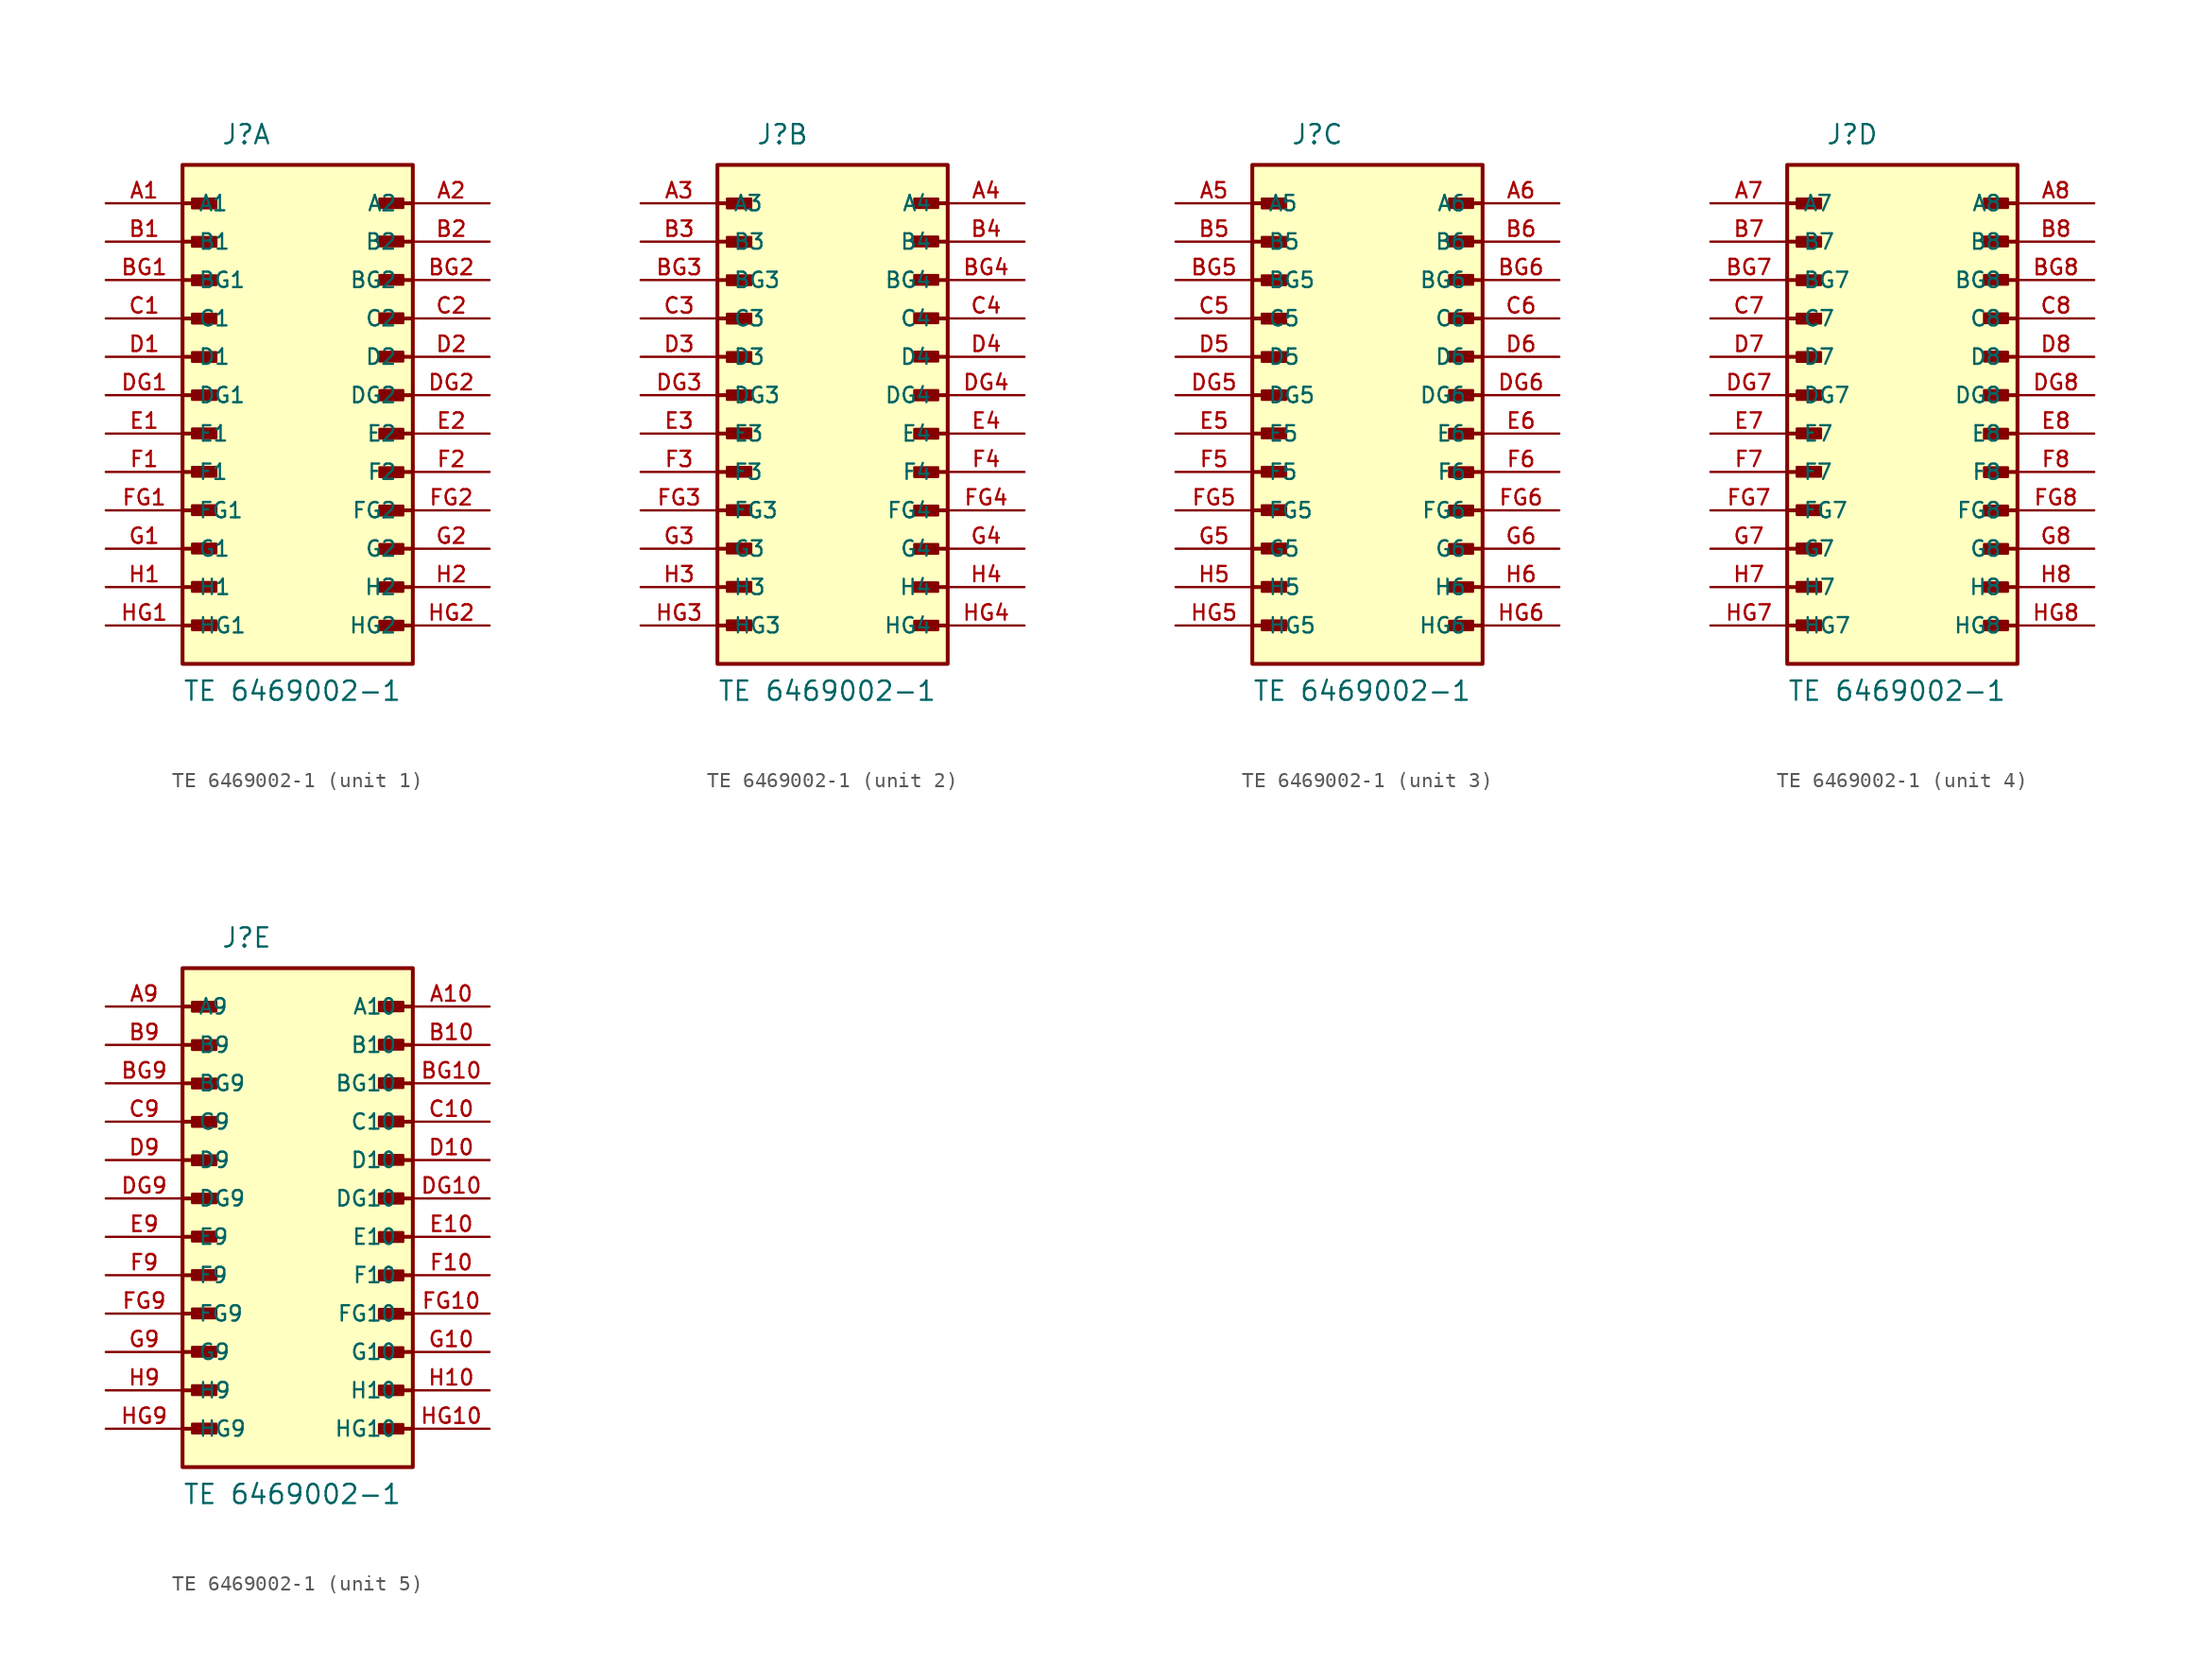
<source format=kicad_sym>
(kicad_symbol_lib
  (version 20211014)
  (generator kicad_symbol_editor)
  (symbol "TE 6469002-1"
    (pin_names
      (offset 1.016))
    (property "Reference" "J"
      (at -5.08 16.51 0)
      (effects (font (size 1.27 1.27)) (justify left bottom)))
    (property "Value" "TE 6469002-1"
      (at -7.62 -20.32 0)
      (effects (font (size 1.27 1.27)) (justify left bottom)))
    (property "ki_locked" ""
      (at 0 0 0)
      (effects (font (size 1.27 1.27))))
    (symbol "TE 6469002-1_1_0"
      (rectangle (start -7.62 -17.78) (end 7.62 15.24) (stroke (width 0.254) (type default) (color 0 0 0 0)) (fill (type background)))
      (rectangle (start -6.985 -15.545) (end -5.385 -14.91) (stroke (width 0) (type default) (color 0 0 0 0)) (fill (type outline)))
      (rectangle (start -6.985 -13.005) (end -5.385 -12.37) (stroke (width 0) (type default) (color 0 0 0 0)) (fill (type outline)))
      (rectangle (start -6.985 -10.465) (end -5.385 -9.83) (stroke (width 0) (type default) (color 0 0 0 0)) (fill (type outline)))
      (rectangle (start -6.985 -7.925) (end -5.385 -7.29) (stroke (width 0) (type default) (color 0 0 0 0)) (fill (type outline)))
      (rectangle (start -6.985 -5.385) (end -5.385 -4.75) (stroke (width 0) (type default) (color 0 0 0 0)) (fill (type outline)))
      (rectangle (start -6.985 -2.845) (end -5.385 -2.21) (stroke (width 0) (type default) (color 0 0 0 0)) (fill (type outline)))
      (rectangle (start -6.985 -0.305) (end -5.385 0.305) (stroke (width 0) (type default) (color 0 0 0 0)) (fill (type outline)))
      (rectangle (start -6.985 2.21) (end -5.385 2.845) (stroke (width 0) (type default) (color 0 0 0 0)) (fill (type outline)))
      (rectangle (start -6.985 4.75) (end -5.385 5.385) (stroke (width 0) (type default) (color 0 0 0 0)) (fill (type outline)))
      (rectangle (start -6.985 7.29) (end -5.385 7.925) (stroke (width 0) (type default) (color 0 0 0 0)) (fill (type outline)))
      (rectangle (start -6.985 9.83) (end -5.385 10.465) (stroke (width 0) (type default) (color 0 0 0 0)) (fill (type outline)))
      (rectangle (start -6.985 12.37) (end -5.385 13.005) (stroke (width 0) (type default) (color 0 0 0 0)) (fill (type outline)))
      (polyline (pts (xy -7.62 -15.24) (xy -5.715 -15.24)) (stroke (width 0.254) (type default) (color 0 0 0 0)) (fill (type none)))
      (polyline (pts (xy -7.62 -12.7) (xy -5.715 -12.7)) (stroke (width 0.254) (type default) (color 0 0 0 0)) (fill (type none)))
      (polyline (pts (xy -7.62 -10.16) (xy -5.715 -10.16)) (stroke (width 0.254) (type default) (color 0 0 0 0)) (fill (type none)))
      (polyline (pts (xy -7.62 -7.62) (xy -5.715 -7.62)) (stroke (width 0.254) (type default) (color 0 0 0 0)) (fill (type none)))
      (polyline (pts (xy -7.62 -5.08) (xy -5.715 -5.08)) (stroke (width 0.254) (type default) (color 0 0 0 0)) (fill (type none)))
      (polyline (pts (xy -7.62 -2.54) (xy -5.715 -2.54)) (stroke (width 0.254) (type default) (color 0 0 0 0)) (fill (type none)))
      (polyline (pts (xy -7.62 0) (xy -5.715 0)) (stroke (width 0.254) (type default) (color 0 0 0 0)) (fill (type none)))
      (polyline (pts (xy -7.62 2.54) (xy -5.715 2.54)) (stroke (width 0.254) (type default) (color 0 0 0 0)) (fill (type none)))
      (polyline (pts (xy -7.62 5.08) (xy -5.715 5.08)) (stroke (width 0.254) (type default) (color 0 0 0 0)) (fill (type none)))
      (polyline (pts (xy -7.62 7.62) (xy -5.715 7.62)) (stroke (width 0.254) (type default) (color 0 0 0 0)) (fill (type none)))
      (polyline (pts (xy -7.62 10.16) (xy -5.715 10.16)) (stroke (width 0.254) (type default) (color 0 0 0 0)) (fill (type none)))
      (polyline (pts (xy -7.62 12.7) (xy -5.715 12.7)) (stroke (width 0.254) (type default) (color 0 0 0 0)) (fill (type none)))
      (polyline (pts (xy 7.62 -15.24) (xy 5.715 -15.24)) (stroke (width 0.254) (type default) (color 0 0 0 0)) (fill (type none)))
      (polyline (pts (xy 7.62 -12.7) (xy 5.715 -12.7)) (stroke (width 0.254) (type default) (color 0 0 0 0)) (fill (type none)))
      (polyline (pts (xy 7.62 -10.16) (xy 5.715 -10.16)) (stroke (width 0.254) (type default) (color 0 0 0 0)) (fill (type none)))
      (polyline (pts (xy 7.62 -7.62) (xy 5.715 -7.62)) (stroke (width 0.254) (type default) (color 0 0 0 0)) (fill (type none)))
      (polyline (pts (xy 7.62 -5.08) (xy 5.715 -5.08)) (stroke (width 0.254) (type default) (color 0 0 0 0)) (fill (type none)))
      (polyline (pts (xy 7.62 -2.54) (xy 5.715 -2.54)) (stroke (width 0.254) (type default) (color 0 0 0 0)) (fill (type none)))
      (polyline (pts (xy 7.62 0) (xy 5.715 0)) (stroke (width 0.254) (type default) (color 0 0 0 0)) (fill (type none)))
      (polyline (pts (xy 7.62 2.54) (xy 5.715 2.54)) (stroke (width 0.254) (type default) (color 0 0 0 0)) (fill (type none)))
      (polyline (pts (xy 7.62 5.08) (xy 5.715 5.08)) (stroke (width 0.254) (type default) (color 0 0 0 0)) (fill (type none)))
      (polyline (pts (xy 7.62 7.62) (xy 5.715 7.62)) (stroke (width 0.254) (type default) (color 0 0 0 0)) (fill (type none)))
      (polyline (pts (xy 7.62 10.16) (xy 5.715 10.16)) (stroke (width 0.254) (type default) (color 0 0 0 0)) (fill (type none)))
      (polyline (pts (xy 7.62 12.7) (xy 5.715 12.7)) (stroke (width 0.254) (type default) (color 0 0 0 0)) (fill (type none)))
      (polyline (pts (xy 5.41 -14.935) (xy 6.985 -14.935) (xy 6.985 -15.545) (xy 5.41 -15.545) (xy 5.41 -14.935)) (stroke (width 0) (type default) (color 0 0 0 0)) (fill (type outline)))
      (polyline (pts (xy 5.41 -12.395) (xy 6.985 -12.395) (xy 6.985 -13.005) (xy 5.41 -13.005) (xy 5.41 -12.395)) (stroke (width 0) (type default) (color 0 0 0 0)) (fill (type outline)))
      (polyline (pts (xy 5.41 -9.855) (xy 6.985 -9.855) (xy 6.985 -10.49) (xy 5.41 -10.49) (xy 5.41 -9.855)) (stroke (width 0) (type default) (color 0 0 0 0)) (fill (type outline)))
      (polyline (pts (xy 5.41 -7.315) (xy 6.985 -7.315) (xy 6.985 -7.95) (xy 5.41 -7.95) (xy 5.41 -7.315)) (stroke (width 0) (type default) (color 0 0 0 0)) (fill (type outline)))
      (polyline (pts (xy 5.41 -4.775) (xy 6.985 -4.775) (xy 6.985 -5.41) (xy 5.41 -5.41) (xy 5.41 -4.775)) (stroke (width 0) (type default) (color 0 0 0 0)) (fill (type outline)))
      (polyline (pts (xy 5.41 -2.235) (xy 6.985 -2.235) (xy 6.985 -2.87) (xy 5.41 -2.87) (xy 5.41 -2.235)) (stroke (width 0) (type default) (color 0 0 0 0)) (fill (type outline)))
      (polyline (pts (xy 5.41 0.33) (xy 6.985 0.33) (xy 6.985 -0.33) (xy 5.41 -0.33) (xy 5.41 0.33)) (stroke (width 0) (type default) (color 0 0 0 0)) (fill (type outline)))
      (polyline (pts (xy 5.41 2.87) (xy 6.985 2.87) (xy 6.985 2.235) (xy 5.41 2.235) (xy 5.41 2.87)) (stroke (width 0) (type default) (color 0 0 0 0)) (fill (type outline)))
      (polyline (pts (xy 5.41 5.41) (xy 6.985 5.41) (xy 6.985 4.775) (xy 5.41 4.775) (xy 5.41 5.41)) (stroke (width 0) (type default) (color 0 0 0 0)) (fill (type outline)))
      (polyline (pts (xy 5.41 7.95) (xy 6.985 7.95) (xy 6.985 7.315) (xy 5.41 7.315) (xy 5.41 7.95)) (stroke (width 0) (type default) (color 0 0 0 0)) (fill (type outline)))
      (polyline (pts (xy 5.41 10.49) (xy 6.985 10.49) (xy 6.985 9.855) (xy 5.41 9.855) (xy 5.41 10.49)) (stroke (width 0) (type default) (color 0 0 0 0)) (fill (type outline)))
      (polyline (pts (xy 5.41 13.005) (xy 6.985 13.005) (xy 6.985 12.395) (xy 5.41 12.395) (xy 5.41 13.005)) (stroke (width 0) (type default) (color 0 0 0 0)) (fill (type outline)))
      (pin passive line (at -12.7 12.7 0) (length 5.08) (name "A1" (effects (font (size 1.016 1.016)))) (number "A1" (effects (font (size 1.016 1.016)))))
      (pin passive line (at 12.7 12.7 180) (length 5.08) (name "A2" (effects (font (size 1.016 1.016)))) (number "A2" (effects (font (size 1.016 1.016)))))
      (pin passive line (at -12.7 10.16 0) (length 5.08) (name "B1" (effects (font (size 1.016 1.016)))) (number "B1" (effects (font (size 1.016 1.016)))))
      (pin passive line (at 12.7 10.16 180) (length 5.08) (name "B2" (effects (font (size 1.016 1.016)))) (number "B2" (effects (font (size 1.016 1.016)))))
      (pin passive line (at -12.7 7.62 0) (length 5.08) (name "BG1" (effects (font (size 1.016 1.016)))) (number "BG1" (effects (font (size 1.016 1.016)))))
      (pin passive line (at 12.7 7.62 180) (length 5.08) (name "BG2" (effects (font (size 1.016 1.016)))) (number "BG2" (effects (font (size 1.016 1.016)))))
      (pin passive line (at -12.7 5.08 0) (length 5.08) (name "C1" (effects (font (size 1.016 1.016)))) (number "C1" (effects (font (size 1.016 1.016)))))
      (pin passive line (at 12.7 5.08 180) (length 5.08) (name "C2" (effects (font (size 1.016 1.016)))) (number "C2" (effects (font (size 1.016 1.016)))))
      (pin passive line (at -12.7 2.54 0) (length 5.08) (name "D1" (effects (font (size 1.016 1.016)))) (number "D1" (effects (font (size 1.016 1.016)))))
      (pin passive line (at 12.7 2.54 180) (length 5.08) (name "D2" (effects (font (size 1.016 1.016)))) (number "D2" (effects (font (size 1.016 1.016)))))
      (pin passive line (at -12.7 0 0) (length 5.08) (name "DG1" (effects (font (size 1.016 1.016)))) (number "DG1" (effects (font (size 1.016 1.016)))))
      (pin passive line (at 12.7 0 180) (length 5.08) (name "DG2" (effects (font (size 1.016 1.016)))) (number "DG2" (effects (font (size 1.016 1.016)))))
      (pin passive line (at -12.7 -2.54 0) (length 5.08) (name "E1" (effects (font (size 1.016 1.016)))) (number "E1" (effects (font (size 1.016 1.016)))))
      (pin passive line (at 12.7 -2.54 180) (length 5.08) (name "E2" (effects (font (size 1.016 1.016)))) (number "E2" (effects (font (size 1.016 1.016)))))
      (pin passive line (at -12.7 -5.08 0) (length 5.08) (name "F1" (effects (font (size 1.016 1.016)))) (number "F1" (effects (font (size 1.016 1.016)))))
      (pin passive line (at 12.7 -5.08 180) (length 5.08) (name "F2" (effects (font (size 1.016 1.016)))) (number "F2" (effects (font (size 1.016 1.016)))))
      (pin passive line (at -12.7 -7.62 0) (length 5.08) (name "FG1" (effects (font (size 1.016 1.016)))) (number "FG1" (effects (font (size 1.016 1.016)))))
      (pin passive line (at 12.7 -7.62 180) (length 5.08) (name "FG2" (effects (font (size 1.016 1.016)))) (number "FG2" (effects (font (size 1.016 1.016)))))
      (pin passive line (at -12.7 -10.16 0) (length 5.08) (name "G1" (effects (font (size 1.016 1.016)))) (number "G1" (effects (font (size 1.016 1.016)))))
      (pin passive line (at 12.7 -10.16 180) (length 5.08) (name "G2" (effects (font (size 1.016 1.016)))) (number "G2" (effects (font (size 1.016 1.016)))))
      (pin passive line (at -12.7 -12.7 0) (length 5.08) (name "H1" (effects (font (size 1.016 1.016)))) (number "H1" (effects (font (size 1.016 1.016)))))
      (pin passive line (at 12.7 -12.7 180) (length 5.08) (name "H2" (effects (font (size 1.016 1.016)))) (number "H2" (effects (font (size 1.016 1.016)))))
      (pin passive line (at -12.7 -15.24 0) (length 5.08) (name "HG1" (effects (font (size 1.016 1.016)))) (number "HG1" (effects (font (size 1.016 1.016)))))
      (pin passive line (at 12.7 -15.24 180) (length 5.08) (name "HG2" (effects (font (size 1.016 1.016)))) (number "HG2" (effects (font (size 1.016 1.016))))))
    (symbol "TE 6469002-1_2_0"
      (rectangle (start -7.62 -17.78) (end 7.62 15.24) (stroke (width 0.254) (type default) (color 0 0 0 0)) (fill (type background)))
      (rectangle (start -6.985 -15.545) (end -5.385 -14.91) (stroke (width 0) (type default) (color 0 0 0 0)) (fill (type outline)))
      (rectangle (start -6.985 -13.005) (end -5.385 -12.37) (stroke (width 0) (type default) (color 0 0 0 0)) (fill (type outline)))
      (rectangle (start -6.985 -10.465) (end -5.385 -9.83) (stroke (width 0) (type default) (color 0 0 0 0)) (fill (type outline)))
      (rectangle (start -6.985 -7.925) (end -5.385 -7.29) (stroke (width 0) (type default) (color 0 0 0 0)) (fill (type outline)))
      (rectangle (start -6.985 -5.385) (end -5.385 -4.75) (stroke (width 0) (type default) (color 0 0 0 0)) (fill (type outline)))
      (rectangle (start -6.985 -2.845) (end -5.385 -2.21) (stroke (width 0) (type default) (color 0 0 0 0)) (fill (type outline)))
      (rectangle (start -6.985 -0.305) (end -5.385 0.305) (stroke (width 0) (type default) (color 0 0 0 0)) (fill (type outline)))
      (rectangle (start -6.985 2.21) (end -5.385 2.845) (stroke (width 0) (type default) (color 0 0 0 0)) (fill (type outline)))
      (rectangle (start -6.985 4.75) (end -5.385 5.385) (stroke (width 0) (type default) (color 0 0 0 0)) (fill (type outline)))
      (rectangle (start -6.985 7.29) (end -5.385 7.925) (stroke (width 0) (type default) (color 0 0 0 0)) (fill (type outline)))
      (rectangle (start -6.985 9.83) (end -5.385 10.465) (stroke (width 0) (type default) (color 0 0 0 0)) (fill (type outline)))
      (rectangle (start -6.985 12.37) (end -5.385 13.005) (stroke (width 0) (type default) (color 0 0 0 0)) (fill (type outline)))
      (polyline (pts (xy -7.62 -15.24) (xy -5.715 -15.24)) (stroke (width 0.254) (type default) (color 0 0 0 0)) (fill (type none)))
      (polyline (pts (xy -7.62 -12.7) (xy -5.715 -12.7)) (stroke (width 0.254) (type default) (color 0 0 0 0)) (fill (type none)))
      (polyline (pts (xy -7.62 -10.16) (xy -5.715 -10.16)) (stroke (width 0.254) (type default) (color 0 0 0 0)) (fill (type none)))
      (polyline (pts (xy -7.62 -7.62) (xy -5.715 -7.62)) (stroke (width 0.254) (type default) (color 0 0 0 0)) (fill (type none)))
      (polyline (pts (xy -7.62 -5.08) (xy -5.715 -5.08)) (stroke (width 0.254) (type default) (color 0 0 0 0)) (fill (type none)))
      (polyline (pts (xy -7.62 -2.54) (xy -5.715 -2.54)) (stroke (width 0.254) (type default) (color 0 0 0 0)) (fill (type none)))
      (polyline (pts (xy -7.62 0) (xy -5.715 0)) (stroke (width 0.254) (type default) (color 0 0 0 0)) (fill (type none)))
      (polyline (pts (xy -7.62 2.54) (xy -5.715 2.54)) (stroke (width 0.254) (type default) (color 0 0 0 0)) (fill (type none)))
      (polyline (pts (xy -7.62 5.08) (xy -5.715 5.08)) (stroke (width 0.254) (type default) (color 0 0 0 0)) (fill (type none)))
      (polyline (pts (xy -7.62 7.62) (xy -5.715 7.62)) (stroke (width 0.254) (type default) (color 0 0 0 0)) (fill (type none)))
      (polyline (pts (xy -7.62 10.16) (xy -5.715 10.16)) (stroke (width 0.254) (type default) (color 0 0 0 0)) (fill (type none)))
      (polyline (pts (xy -7.62 12.7) (xy -5.715 12.7)) (stroke (width 0.254) (type default) (color 0 0 0 0)) (fill (type none)))
      (polyline (pts (xy 7.62 -15.24) (xy 5.715 -15.24)) (stroke (width 0.254) (type default) (color 0 0 0 0)) (fill (type none)))
      (polyline (pts (xy 7.62 -12.7) (xy 5.715 -12.7)) (stroke (width 0.254) (type default) (color 0 0 0 0)) (fill (type none)))
      (polyline (pts (xy 7.62 -10.16) (xy 5.715 -10.16)) (stroke (width 0.254) (type default) (color 0 0 0 0)) (fill (type none)))
      (polyline (pts (xy 7.62 -7.62) (xy 5.715 -7.62)) (stroke (width 0.254) (type default) (color 0 0 0 0)) (fill (type none)))
      (polyline (pts (xy 7.62 -5.08) (xy 5.715 -5.08)) (stroke (width 0.254) (type default) (color 0 0 0 0)) (fill (type none)))
      (polyline (pts (xy 7.62 -2.54) (xy 5.715 -2.54)) (stroke (width 0.254) (type default) (color 0 0 0 0)) (fill (type none)))
      (polyline (pts (xy 7.62 0) (xy 5.715 0)) (stroke (width 0.254) (type default) (color 0 0 0 0)) (fill (type none)))
      (polyline (pts (xy 7.62 2.54) (xy 5.715 2.54)) (stroke (width 0.254) (type default) (color 0 0 0 0)) (fill (type none)))
      (polyline (pts (xy 7.62 5.08) (xy 5.715 5.08)) (stroke (width 0.254) (type default) (color 0 0 0 0)) (fill (type none)))
      (polyline (pts (xy 7.62 7.62) (xy 5.715 7.62)) (stroke (width 0.254) (type default) (color 0 0 0 0)) (fill (type none)))
      (polyline (pts (xy 7.62 10.16) (xy 5.715 10.16)) (stroke (width 0.254) (type default) (color 0 0 0 0)) (fill (type none)))
      (polyline (pts (xy 7.62 12.7) (xy 5.715 12.7)) (stroke (width 0.254) (type default) (color 0 0 0 0)) (fill (type none)))
      (polyline (pts (xy 5.41 -14.935) (xy 6.985 -14.935) (xy 6.985 -15.545) (xy 5.41 -15.545) (xy 5.41 -14.935)) (stroke (width 0) (type default) (color 0 0 0 0)) (fill (type outline)))
      (polyline (pts (xy 5.41 -12.395) (xy 6.985 -12.395) (xy 6.985 -13.005) (xy 5.41 -13.005) (xy 5.41 -12.395)) (stroke (width 0) (type default) (color 0 0 0 0)) (fill (type outline)))
      (polyline (pts (xy 5.41 -9.855) (xy 6.985 -9.855) (xy 6.985 -10.49) (xy 5.41 -10.49) (xy 5.41 -9.855)) (stroke (width 0) (type default) (color 0 0 0 0)) (fill (type outline)))
      (polyline (pts (xy 5.41 -7.315) (xy 6.985 -7.315) (xy 6.985 -7.95) (xy 5.41 -7.95) (xy 5.41 -7.315)) (stroke (width 0) (type default) (color 0 0 0 0)) (fill (type outline)))
      (polyline (pts (xy 5.41 -4.775) (xy 6.985 -4.775) (xy 6.985 -5.41) (xy 5.41 -5.41) (xy 5.41 -4.775)) (stroke (width 0) (type default) (color 0 0 0 0)) (fill (type outline)))
      (polyline (pts (xy 5.41 -2.235) (xy 6.985 -2.235) (xy 6.985 -2.87) (xy 5.41 -2.87) (xy 5.41 -2.235)) (stroke (width 0) (type default) (color 0 0 0 0)) (fill (type outline)))
      (polyline (pts (xy 5.41 0.33) (xy 6.985 0.33) (xy 6.985 -0.33) (xy 5.41 -0.33) (xy 5.41 0.33)) (stroke (width 0) (type default) (color 0 0 0 0)) (fill (type outline)))
      (polyline (pts (xy 5.41 2.87) (xy 6.985 2.87) (xy 6.985 2.235) (xy 5.41 2.235) (xy 5.41 2.87)) (stroke (width 0) (type default) (color 0 0 0 0)) (fill (type outline)))
      (polyline (pts (xy 5.41 5.41) (xy 6.985 5.41) (xy 6.985 4.775) (xy 5.41 4.775) (xy 5.41 5.41)) (stroke (width 0) (type default) (color 0 0 0 0)) (fill (type outline)))
      (polyline (pts (xy 5.41 7.95) (xy 6.985 7.95) (xy 6.985 7.315) (xy 5.41 7.315) (xy 5.41 7.95)) (stroke (width 0) (type default) (color 0 0 0 0)) (fill (type outline)))
      (polyline (pts (xy 5.41 10.49) (xy 6.985 10.49) (xy 6.985 9.855) (xy 5.41 9.855) (xy 5.41 10.49)) (stroke (width 0) (type default) (color 0 0 0 0)) (fill (type outline)))
      (polyline (pts (xy 5.41 13.005) (xy 6.985 13.005) (xy 6.985 12.395) (xy 5.41 12.395) (xy 5.41 13.005)) (stroke (width 0) (type default) (color 0 0 0 0)) (fill (type outline)))
      (pin passive line (at -12.7 12.7 0) (length 5.08) (name "A3" (effects (font (size 1.016 1.016)))) (number "A3" (effects (font (size 1.016 1.016)))))
      (pin passive line (at 12.7 12.7 180) (length 5.08) (name "A4" (effects (font (size 1.016 1.016)))) (number "A4" (effects (font (size 1.016 1.016)))))
      (pin passive line (at -12.7 10.16 0) (length 5.08) (name "B3" (effects (font (size 1.016 1.016)))) (number "B3" (effects (font (size 1.016 1.016)))))
      (pin passive line (at 12.7 10.16 180) (length 5.08) (name "B4" (effects (font (size 1.016 1.016)))) (number "B4" (effects (font (size 1.016 1.016)))))
      (pin passive line (at -12.7 7.62 0) (length 5.08) (name "BG3" (effects (font (size 1.016 1.016)))) (number "BG3" (effects (font (size 1.016 1.016)))))
      (pin passive line (at 12.7 7.62 180) (length 5.08) (name "BG4" (effects (font (size 1.016 1.016)))) (number "BG4" (effects (font (size 1.016 1.016)))))
      (pin passive line (at -12.7 5.08 0) (length 5.08) (name "C3" (effects (font (size 1.016 1.016)))) (number "C3" (effects (font (size 1.016 1.016)))))
      (pin passive line (at 12.7 5.08 180) (length 5.08) (name "C4" (effects (font (size 1.016 1.016)))) (number "C4" (effects (font (size 1.016 1.016)))))
      (pin passive line (at -12.7 2.54 0) (length 5.08) (name "D3" (effects (font (size 1.016 1.016)))) (number "D3" (effects (font (size 1.016 1.016)))))
      (pin passive line (at 12.7 2.54 180) (length 5.08) (name "D4" (effects (font (size 1.016 1.016)))) (number "D4" (effects (font (size 1.016 1.016)))))
      (pin passive line (at -12.7 0 0) (length 5.08) (name "DG3" (effects (font (size 1.016 1.016)))) (number "DG3" (effects (font (size 1.016 1.016)))))
      (pin passive line (at 12.7 0 180) (length 5.08) (name "DG4" (effects (font (size 1.016 1.016)))) (number "DG4" (effects (font (size 1.016 1.016)))))
      (pin passive line (at -12.7 -2.54 0) (length 5.08) (name "E3" (effects (font (size 1.016 1.016)))) (number "E3" (effects (font (size 1.016 1.016)))))
      (pin passive line (at 12.7 -2.54 180) (length 5.08) (name "E4" (effects (font (size 1.016 1.016)))) (number "E4" (effects (font (size 1.016 1.016)))))
      (pin passive line (at -12.7 -5.08 0) (length 5.08) (name "F3" (effects (font (size 1.016 1.016)))) (number "F3" (effects (font (size 1.016 1.016)))))
      (pin passive line (at 12.7 -5.08 180) (length 5.08) (name "F4" (effects (font (size 1.016 1.016)))) (number "F4" (effects (font (size 1.016 1.016)))))
      (pin passive line (at -12.7 -7.62 0) (length 5.08) (name "FG3" (effects (font (size 1.016 1.016)))) (number "FG3" (effects (font (size 1.016 1.016)))))
      (pin passive line (at 12.7 -7.62 180) (length 5.08) (name "FG4" (effects (font (size 1.016 1.016)))) (number "FG4" (effects (font (size 1.016 1.016)))))
      (pin passive line (at -12.7 -10.16 0) (length 5.08) (name "G3" (effects (font (size 1.016 1.016)))) (number "G3" (effects (font (size 1.016 1.016)))))
      (pin passive line (at 12.7 -10.16 180) (length 5.08) (name "G4" (effects (font (size 1.016 1.016)))) (number "G4" (effects (font (size 1.016 1.016)))))
      (pin passive line (at -12.7 -12.7 0) (length 5.08) (name "H3" (effects (font (size 1.016 1.016)))) (number "H3" (effects (font (size 1.016 1.016)))))
      (pin passive line (at 12.7 -12.7 180) (length 5.08) (name "H4" (effects (font (size 1.016 1.016)))) (number "H4" (effects (font (size 1.016 1.016)))))
      (pin passive line (at -12.7 -15.24 0) (length 5.08) (name "HG3" (effects (font (size 1.016 1.016)))) (number "HG3" (effects (font (size 1.016 1.016)))))
      (pin passive line (at 12.7 -15.24 180) (length 5.08) (name "HG4" (effects (font (size 1.016 1.016)))) (number "HG4" (effects (font (size 1.016 1.016))))))
    (symbol "TE 6469002-1_3_0"
      (rectangle (start -7.62 -17.78) (end 7.62 15.24) (stroke (width 0.254) (type default) (color 0 0 0 0)) (fill (type background)))
      (rectangle (start -6.985 -15.545) (end -5.385 -14.91) (stroke (width 0) (type default) (color 0 0 0 0)) (fill (type outline)))
      (rectangle (start -6.985 -13.005) (end -5.385 -12.37) (stroke (width 0) (type default) (color 0 0 0 0)) (fill (type outline)))
      (rectangle (start -6.985 -10.465) (end -5.385 -9.83) (stroke (width 0) (type default) (color 0 0 0 0)) (fill (type outline)))
      (rectangle (start -6.985 -7.925) (end -5.385 -7.29) (stroke (width 0) (type default) (color 0 0 0 0)) (fill (type outline)))
      (rectangle (start -6.985 -5.385) (end -5.385 -4.75) (stroke (width 0) (type default) (color 0 0 0 0)) (fill (type outline)))
      (rectangle (start -6.985 -2.845) (end -5.385 -2.21) (stroke (width 0) (type default) (color 0 0 0 0)) (fill (type outline)))
      (rectangle (start -6.985 -0.305) (end -5.385 0.305) (stroke (width 0) (type default) (color 0 0 0 0)) (fill (type outline)))
      (rectangle (start -6.985 2.21) (end -5.385 2.845) (stroke (width 0) (type default) (color 0 0 0 0)) (fill (type outline)))
      (rectangle (start -6.985 4.75) (end -5.385 5.385) (stroke (width 0) (type default) (color 0 0 0 0)) (fill (type outline)))
      (rectangle (start -6.985 7.29) (end -5.385 7.925) (stroke (width 0) (type default) (color 0 0 0 0)) (fill (type outline)))
      (rectangle (start -6.985 9.83) (end -5.385 10.465) (stroke (width 0) (type default) (color 0 0 0 0)) (fill (type outline)))
      (rectangle (start -6.985 12.37) (end -5.385 13.005) (stroke (width 0) (type default) (color 0 0 0 0)) (fill (type outline)))
      (polyline (pts (xy -7.62 -15.24) (xy -5.715 -15.24)) (stroke (width 0.254) (type default) (color 0 0 0 0)) (fill (type none)))
      (polyline (pts (xy -7.62 -12.7) (xy -5.715 -12.7)) (stroke (width 0.254) (type default) (color 0 0 0 0)) (fill (type none)))
      (polyline (pts (xy -7.62 -10.16) (xy -5.715 -10.16)) (stroke (width 0.254) (type default) (color 0 0 0 0)) (fill (type none)))
      (polyline (pts (xy -7.62 -7.62) (xy -5.715 -7.62)) (stroke (width 0.254) (type default) (color 0 0 0 0)) (fill (type none)))
      (polyline (pts (xy -7.62 -5.08) (xy -5.715 -5.08)) (stroke (width 0.254) (type default) (color 0 0 0 0)) (fill (type none)))
      (polyline (pts (xy -7.62 -2.54) (xy -5.715 -2.54)) (stroke (width 0.254) (type default) (color 0 0 0 0)) (fill (type none)))
      (polyline (pts (xy -7.62 0) (xy -5.715 0)) (stroke (width 0.254) (type default) (color 0 0 0 0)) (fill (type none)))
      (polyline (pts (xy -7.62 2.54) (xy -5.715 2.54)) (stroke (width 0.254) (type default) (color 0 0 0 0)) (fill (type none)))
      (polyline (pts (xy -7.62 5.08) (xy -5.715 5.08)) (stroke (width 0.254) (type default) (color 0 0 0 0)) (fill (type none)))
      (polyline (pts (xy -7.62 7.62) (xy -5.715 7.62)) (stroke (width 0.254) (type default) (color 0 0 0 0)) (fill (type none)))
      (polyline (pts (xy -7.62 10.16) (xy -5.715 10.16)) (stroke (width 0.254) (type default) (color 0 0 0 0)) (fill (type none)))
      (polyline (pts (xy -7.62 12.7) (xy -5.715 12.7)) (stroke (width 0.254) (type default) (color 0 0 0 0)) (fill (type none)))
      (polyline (pts (xy 7.62 -15.24) (xy 5.715 -15.24)) (stroke (width 0.254) (type default) (color 0 0 0 0)) (fill (type none)))
      (polyline (pts (xy 7.62 -12.7) (xy 5.715 -12.7)) (stroke (width 0.254) (type default) (color 0 0 0 0)) (fill (type none)))
      (polyline (pts (xy 7.62 -10.16) (xy 5.715 -10.16)) (stroke (width 0.254) (type default) (color 0 0 0 0)) (fill (type none)))
      (polyline (pts (xy 7.62 -7.62) (xy 5.715 -7.62)) (stroke (width 0.254) (type default) (color 0 0 0 0)) (fill (type none)))
      (polyline (pts (xy 7.62 -5.08) (xy 5.715 -5.08)) (stroke (width 0.254) (type default) (color 0 0 0 0)) (fill (type none)))
      (polyline (pts (xy 7.62 -2.54) (xy 5.715 -2.54)) (stroke (width 0.254) (type default) (color 0 0 0 0)) (fill (type none)))
      (polyline (pts (xy 7.62 0) (xy 5.715 0)) (stroke (width 0.254) (type default) (color 0 0 0 0)) (fill (type none)))
      (polyline (pts (xy 7.62 2.54) (xy 5.715 2.54)) (stroke (width 0.254) (type default) (color 0 0 0 0)) (fill (type none)))
      (polyline (pts (xy 7.62 5.08) (xy 5.715 5.08)) (stroke (width 0.254) (type default) (color 0 0 0 0)) (fill (type none)))
      (polyline (pts (xy 7.62 7.62) (xy 5.715 7.62)) (stroke (width 0.254) (type default) (color 0 0 0 0)) (fill (type none)))
      (polyline (pts (xy 7.62 10.16) (xy 5.715 10.16)) (stroke (width 0.254) (type default) (color 0 0 0 0)) (fill (type none)))
      (polyline (pts (xy 7.62 12.7) (xy 5.715 12.7)) (stroke (width 0.254) (type default) (color 0 0 0 0)) (fill (type none)))
      (polyline (pts (xy 5.41 -14.935) (xy 6.985 -14.935) (xy 6.985 -15.545) (xy 5.41 -15.545) (xy 5.41 -14.935)) (stroke (width 0) (type default) (color 0 0 0 0)) (fill (type outline)))
      (polyline (pts (xy 5.41 -12.395) (xy 6.985 -12.395) (xy 6.985 -13.005) (xy 5.41 -13.005) (xy 5.41 -12.395)) (stroke (width 0) (type default) (color 0 0 0 0)) (fill (type outline)))
      (polyline (pts (xy 5.41 -9.855) (xy 6.985 -9.855) (xy 6.985 -10.49) (xy 5.41 -10.49) (xy 5.41 -9.855)) (stroke (width 0) (type default) (color 0 0 0 0)) (fill (type outline)))
      (polyline (pts (xy 5.41 -7.315) (xy 6.985 -7.315) (xy 6.985 -7.95) (xy 5.41 -7.95) (xy 5.41 -7.315)) (stroke (width 0) (type default) (color 0 0 0 0)) (fill (type outline)))
      (polyline (pts (xy 5.41 -4.775) (xy 6.985 -4.775) (xy 6.985 -5.41) (xy 5.41 -5.41) (xy 5.41 -4.775)) (stroke (width 0) (type default) (color 0 0 0 0)) (fill (type outline)))
      (polyline (pts (xy 5.41 -2.235) (xy 6.985 -2.235) (xy 6.985 -2.87) (xy 5.41 -2.87) (xy 5.41 -2.235)) (stroke (width 0) (type default) (color 0 0 0 0)) (fill (type outline)))
      (polyline (pts (xy 5.41 0.33) (xy 6.985 0.33) (xy 6.985 -0.33) (xy 5.41 -0.33) (xy 5.41 0.33)) (stroke (width 0) (type default) (color 0 0 0 0)) (fill (type outline)))
      (polyline (pts (xy 5.41 2.87) (xy 6.985 2.87) (xy 6.985 2.235) (xy 5.41 2.235) (xy 5.41 2.87)) (stroke (width 0) (type default) (color 0 0 0 0)) (fill (type outline)))
      (polyline (pts (xy 5.41 5.41) (xy 6.985 5.41) (xy 6.985 4.775) (xy 5.41 4.775) (xy 5.41 5.41)) (stroke (width 0) (type default) (color 0 0 0 0)) (fill (type outline)))
      (polyline (pts (xy 5.41 7.95) (xy 6.985 7.95) (xy 6.985 7.315) (xy 5.41 7.315) (xy 5.41 7.95)) (stroke (width 0) (type default) (color 0 0 0 0)) (fill (type outline)))
      (polyline (pts (xy 5.41 10.49) (xy 6.985 10.49) (xy 6.985 9.855) (xy 5.41 9.855) (xy 5.41 10.49)) (stroke (width 0) (type default) (color 0 0 0 0)) (fill (type outline)))
      (polyline (pts (xy 5.41 13.005) (xy 6.985 13.005) (xy 6.985 12.395) (xy 5.41 12.395) (xy 5.41 13.005)) (stroke (width 0) (type default) (color 0 0 0 0)) (fill (type outline)))
      (pin passive line (at -12.7 12.7 0) (length 5.08) (name "A5" (effects (font (size 1.016 1.016)))) (number "A5" (effects (font (size 1.016 1.016)))))
      (pin passive line (at 12.7 12.7 180) (length 5.08) (name "A6" (effects (font (size 1.016 1.016)))) (number "A6" (effects (font (size 1.016 1.016)))))
      (pin passive line (at -12.7 10.16 0) (length 5.08) (name "B5" (effects (font (size 1.016 1.016)))) (number "B5" (effects (font (size 1.016 1.016)))))
      (pin passive line (at 12.7 10.16 180) (length 5.08) (name "B6" (effects (font (size 1.016 1.016)))) (number "B6" (effects (font (size 1.016 1.016)))))
      (pin passive line (at -12.7 7.62 0) (length 5.08) (name "BG5" (effects (font (size 1.016 1.016)))) (number "BG5" (effects (font (size 1.016 1.016)))))
      (pin passive line (at 12.7 7.62 180) (length 5.08) (name "BG6" (effects (font (size 1.016 1.016)))) (number "BG6" (effects (font (size 1.016 1.016)))))
      (pin passive line (at -12.7 5.08 0) (length 5.08) (name "C5" (effects (font (size 1.016 1.016)))) (number "C5" (effects (font (size 1.016 1.016)))))
      (pin passive line (at 12.7 5.08 180) (length 5.08) (name "C6" (effects (font (size 1.016 1.016)))) (number "C6" (effects (font (size 1.016 1.016)))))
      (pin passive line (at -12.7 2.54 0) (length 5.08) (name "D5" (effects (font (size 1.016 1.016)))) (number "D5" (effects (font (size 1.016 1.016)))))
      (pin passive line (at 12.7 2.54 180) (length 5.08) (name "D6" (effects (font (size 1.016 1.016)))) (number "D6" (effects (font (size 1.016 1.016)))))
      (pin passive line (at -12.7 0 0) (length 5.08) (name "DG5" (effects (font (size 1.016 1.016)))) (number "DG5" (effects (font (size 1.016 1.016)))))
      (pin passive line (at 12.7 0 180) (length 5.08) (name "DG6" (effects (font (size 1.016 1.016)))) (number "DG6" (effects (font (size 1.016 1.016)))))
      (pin passive line (at -12.7 -2.54 0) (length 5.08) (name "E5" (effects (font (size 1.016 1.016)))) (number "E5" (effects (font (size 1.016 1.016)))))
      (pin passive line (at 12.7 -2.54 180) (length 5.08) (name "E6" (effects (font (size 1.016 1.016)))) (number "E6" (effects (font (size 1.016 1.016)))))
      (pin passive line (at -12.7 -5.08 0) (length 5.08) (name "F5" (effects (font (size 1.016 1.016)))) (number "F5" (effects (font (size 1.016 1.016)))))
      (pin passive line (at 12.7 -5.08 180) (length 5.08) (name "F6" (effects (font (size 1.016 1.016)))) (number "F6" (effects (font (size 1.016 1.016)))))
      (pin passive line (at -12.7 -7.62 0) (length 5.08) (name "FG5" (effects (font (size 1.016 1.016)))) (number "FG5" (effects (font (size 1.016 1.016)))))
      (pin passive line (at 12.7 -7.62 180) (length 5.08) (name "FG6" (effects (font (size 1.016 1.016)))) (number "FG6" (effects (font (size 1.016 1.016)))))
      (pin passive line (at -12.7 -10.16 0) (length 5.08) (name "G5" (effects (font (size 1.016 1.016)))) (number "G5" (effects (font (size 1.016 1.016)))))
      (pin passive line (at 12.7 -10.16 180) (length 5.08) (name "G6" (effects (font (size 1.016 1.016)))) (number "G6" (effects (font (size 1.016 1.016)))))
      (pin passive line (at -12.7 -12.7 0) (length 5.08) (name "H5" (effects (font (size 1.016 1.016)))) (number "H5" (effects (font (size 1.016 1.016)))))
      (pin passive line (at 12.7 -12.7 180) (length 5.08) (name "H6" (effects (font (size 1.016 1.016)))) (number "H6" (effects (font (size 1.016 1.016)))))
      (pin passive line (at -12.7 -15.24 0) (length 5.08) (name "HG5" (effects (font (size 1.016 1.016)))) (number "HG5" (effects (font (size 1.016 1.016)))))
      (pin passive line (at 12.7 -15.24 180) (length 5.08) (name "HG6" (effects (font (size 1.016 1.016)))) (number "HG6" (effects (font (size 1.016 1.016))))))
    (symbol "TE 6469002-1_4_0"
      (rectangle (start -7.62 -17.78) (end 7.62 15.24) (stroke (width 0.254) (type default) (color 0 0 0 0)) (fill (type background)))
      (rectangle (start -6.985 -15.545) (end -5.385 -14.91) (stroke (width 0) (type default) (color 0 0 0 0)) (fill (type outline)))
      (rectangle (start -6.985 -13.005) (end -5.385 -12.37) (stroke (width 0) (type default) (color 0 0 0 0)) (fill (type outline)))
      (rectangle (start -6.985 -10.465) (end -5.385 -9.83) (stroke (width 0) (type default) (color 0 0 0 0)) (fill (type outline)))
      (rectangle (start -6.985 -7.925) (end -5.385 -7.29) (stroke (width 0) (type default) (color 0 0 0 0)) (fill (type outline)))
      (rectangle (start -6.985 -5.385) (end -5.385 -4.75) (stroke (width 0) (type default) (color 0 0 0 0)) (fill (type outline)))
      (rectangle (start -6.985 -2.845) (end -5.385 -2.21) (stroke (width 0) (type default) (color 0 0 0 0)) (fill (type outline)))
      (rectangle (start -6.985 -0.305) (end -5.385 0.305) (stroke (width 0) (type default) (color 0 0 0 0)) (fill (type outline)))
      (rectangle (start -6.985 2.21) (end -5.385 2.845) (stroke (width 0) (type default) (color 0 0 0 0)) (fill (type outline)))
      (rectangle (start -6.985 4.75) (end -5.385 5.385) (stroke (width 0) (type default) (color 0 0 0 0)) (fill (type outline)))
      (rectangle (start -6.985 7.29) (end -5.385 7.925) (stroke (width 0) (type default) (color 0 0 0 0)) (fill (type outline)))
      (rectangle (start -6.985 9.83) (end -5.385 10.465) (stroke (width 0) (type default) (color 0 0 0 0)) (fill (type outline)))
      (rectangle (start -6.985 12.37) (end -5.385 13.005) (stroke (width 0) (type default) (color 0 0 0 0)) (fill (type outline)))
      (polyline (pts (xy -7.62 -15.24) (xy -5.715 -15.24)) (stroke (width 0.254) (type default) (color 0 0 0 0)) (fill (type none)))
      (polyline (pts (xy -7.62 -12.7) (xy -5.715 -12.7)) (stroke (width 0.254) (type default) (color 0 0 0 0)) (fill (type none)))
      (polyline (pts (xy -7.62 -10.16) (xy -5.715 -10.16)) (stroke (width 0.254) (type default) (color 0 0 0 0)) (fill (type none)))
      (polyline (pts (xy -7.62 -7.62) (xy -5.715 -7.62)) (stroke (width 0.254) (type default) (color 0 0 0 0)) (fill (type none)))
      (polyline (pts (xy -7.62 -5.08) (xy -5.715 -5.08)) (stroke (width 0.254) (type default) (color 0 0 0 0)) (fill (type none)))
      (polyline (pts (xy -7.62 -2.54) (xy -5.715 -2.54)) (stroke (width 0.254) (type default) (color 0 0 0 0)) (fill (type none)))
      (polyline (pts (xy -7.62 0) (xy -5.715 0)) (stroke (width 0.254) (type default) (color 0 0 0 0)) (fill (type none)))
      (polyline (pts (xy -7.62 2.54) (xy -5.715 2.54)) (stroke (width 0.254) (type default) (color 0 0 0 0)) (fill (type none)))
      (polyline (pts (xy -7.62 5.08) (xy -5.715 5.08)) (stroke (width 0.254) (type default) (color 0 0 0 0)) (fill (type none)))
      (polyline (pts (xy -7.62 7.62) (xy -5.715 7.62)) (stroke (width 0.254) (type default) (color 0 0 0 0)) (fill (type none)))
      (polyline (pts (xy -7.62 10.16) (xy -5.715 10.16)) (stroke (width 0.254) (type default) (color 0 0 0 0)) (fill (type none)))
      (polyline (pts (xy -7.62 12.7) (xy -5.715 12.7)) (stroke (width 0.254) (type default) (color 0 0 0 0)) (fill (type none)))
      (polyline (pts (xy 7.62 -15.24) (xy 5.715 -15.24)) (stroke (width 0.254) (type default) (color 0 0 0 0)) (fill (type none)))
      (polyline (pts (xy 7.62 -12.7) (xy 5.715 -12.7)) (stroke (width 0.254) (type default) (color 0 0 0 0)) (fill (type none)))
      (polyline (pts (xy 7.62 -10.16) (xy 5.715 -10.16)) (stroke (width 0.254) (type default) (color 0 0 0 0)) (fill (type none)))
      (polyline (pts (xy 7.62 -7.62) (xy 5.715 -7.62)) (stroke (width 0.254) (type default) (color 0 0 0 0)) (fill (type none)))
      (polyline (pts (xy 7.62 -5.08) (xy 5.715 -5.08)) (stroke (width 0.254) (type default) (color 0 0 0 0)) (fill (type none)))
      (polyline (pts (xy 7.62 -2.54) (xy 5.715 -2.54)) (stroke (width 0.254) (type default) (color 0 0 0 0)) (fill (type none)))
      (polyline (pts (xy 7.62 0) (xy 5.715 0)) (stroke (width 0.254) (type default) (color 0 0 0 0)) (fill (type none)))
      (polyline (pts (xy 7.62 2.54) (xy 5.715 2.54)) (stroke (width 0.254) (type default) (color 0 0 0 0)) (fill (type none)))
      (polyline (pts (xy 7.62 5.08) (xy 5.715 5.08)) (stroke (width 0.254) (type default) (color 0 0 0 0)) (fill (type none)))
      (polyline (pts (xy 7.62 7.62) (xy 5.715 7.62)) (stroke (width 0.254) (type default) (color 0 0 0 0)) (fill (type none)))
      (polyline (pts (xy 7.62 10.16) (xy 5.715 10.16)) (stroke (width 0.254) (type default) (color 0 0 0 0)) (fill (type none)))
      (polyline (pts (xy 7.62 12.7) (xy 5.715 12.7)) (stroke (width 0.254) (type default) (color 0 0 0 0)) (fill (type none)))
      (polyline (pts (xy 5.41 -14.935) (xy 6.985 -14.935) (xy 6.985 -15.545) (xy 5.41 -15.545) (xy 5.41 -14.935)) (stroke (width 0) (type default) (color 0 0 0 0)) (fill (type outline)))
      (polyline (pts (xy 5.41 -12.395) (xy 6.985 -12.395) (xy 6.985 -13.005) (xy 5.41 -13.005) (xy 5.41 -12.395)) (stroke (width 0) (type default) (color 0 0 0 0)) (fill (type outline)))
      (polyline (pts (xy 5.41 -9.855) (xy 6.985 -9.855) (xy 6.985 -10.49) (xy 5.41 -10.49) (xy 5.41 -9.855)) (stroke (width 0) (type default) (color 0 0 0 0)) (fill (type outline)))
      (polyline (pts (xy 5.41 -7.315) (xy 6.985 -7.315) (xy 6.985 -7.95) (xy 5.41 -7.95) (xy 5.41 -7.315)) (stroke (width 0) (type default) (color 0 0 0 0)) (fill (type outline)))
      (polyline (pts (xy 5.41 -4.775) (xy 6.985 -4.775) (xy 6.985 -5.41) (xy 5.41 -5.41) (xy 5.41 -4.775)) (stroke (width 0) (type default) (color 0 0 0 0)) (fill (type outline)))
      (polyline (pts (xy 5.41 -2.235) (xy 6.985 -2.235) (xy 6.985 -2.87) (xy 5.41 -2.87) (xy 5.41 -2.235)) (stroke (width 0) (type default) (color 0 0 0 0)) (fill (type outline)))
      (polyline (pts (xy 5.41 0.33) (xy 6.985 0.33) (xy 6.985 -0.33) (xy 5.41 -0.33) (xy 5.41 0.33)) (stroke (width 0) (type default) (color 0 0 0 0)) (fill (type outline)))
      (polyline (pts (xy 5.41 2.87) (xy 6.985 2.87) (xy 6.985 2.235) (xy 5.41 2.235) (xy 5.41 2.87)) (stroke (width 0) (type default) (color 0 0 0 0)) (fill (type outline)))
      (polyline (pts (xy 5.41 5.41) (xy 6.985 5.41) (xy 6.985 4.775) (xy 5.41 4.775) (xy 5.41 5.41)) (stroke (width 0) (type default) (color 0 0 0 0)) (fill (type outline)))
      (polyline (pts (xy 5.41 7.95) (xy 6.985 7.95) (xy 6.985 7.315) (xy 5.41 7.315) (xy 5.41 7.95)) (stroke (width 0) (type default) (color 0 0 0 0)) (fill (type outline)))
      (polyline (pts (xy 5.41 10.49) (xy 6.985 10.49) (xy 6.985 9.855) (xy 5.41 9.855) (xy 5.41 10.49)) (stroke (width 0) (type default) (color 0 0 0 0)) (fill (type outline)))
      (polyline (pts (xy 5.41 13.005) (xy 6.985 13.005) (xy 6.985 12.395) (xy 5.41 12.395) (xy 5.41 13.005)) (stroke (width 0) (type default) (color 0 0 0 0)) (fill (type outline)))
      (pin passive line (at -12.7 12.7 0) (length 5.08) (name "A7" (effects (font (size 1.016 1.016)))) (number "A7" (effects (font (size 1.016 1.016)))))
      (pin passive line (at 12.7 12.7 180) (length 5.08) (name "A8" (effects (font (size 1.016 1.016)))) (number "A8" (effects (font (size 1.016 1.016)))))
      (pin passive line (at -12.7 10.16 0) (length 5.08) (name "B7" (effects (font (size 1.016 1.016)))) (number "B7" (effects (font (size 1.016 1.016)))))
      (pin passive line (at 12.7 10.16 180) (length 5.08) (name "B8" (effects (font (size 1.016 1.016)))) (number "B8" (effects (font (size 1.016 1.016)))))
      (pin passive line (at -12.7 7.62 0) (length 5.08) (name "BG7" (effects (font (size 1.016 1.016)))) (number "BG7" (effects (font (size 1.016 1.016)))))
      (pin passive line (at 12.7 7.62 180) (length 5.08) (name "BG8" (effects (font (size 1.016 1.016)))) (number "BG8" (effects (font (size 1.016 1.016)))))
      (pin passive line (at -12.7 5.08 0) (length 5.08) (name "C7" (effects (font (size 1.016 1.016)))) (number "C7" (effects (font (size 1.016 1.016)))))
      (pin passive line (at 12.7 5.08 180) (length 5.08) (name "C8" (effects (font (size 1.016 1.016)))) (number "C8" (effects (font (size 1.016 1.016)))))
      (pin passive line (at -12.7 2.54 0) (length 5.08) (name "D7" (effects (font (size 1.016 1.016)))) (number "D7" (effects (font (size 1.016 1.016)))))
      (pin passive line (at 12.7 2.54 180) (length 5.08) (name "D8" (effects (font (size 1.016 1.016)))) (number "D8" (effects (font (size 1.016 1.016)))))
      (pin passive line (at -12.7 0 0) (length 5.08) (name "DG7" (effects (font (size 1.016 1.016)))) (number "DG7" (effects (font (size 1.016 1.016)))))
      (pin passive line (at 12.7 0 180) (length 5.08) (name "DG8" (effects (font (size 1.016 1.016)))) (number "DG8" (effects (font (size 1.016 1.016)))))
      (pin passive line (at -12.7 -2.54 0) (length 5.08) (name "E7" (effects (font (size 1.016 1.016)))) (number "E7" (effects (font (size 1.016 1.016)))))
      (pin passive line (at 12.7 -2.54 180) (length 5.08) (name "E8" (effects (font (size 1.016 1.016)))) (number "E8" (effects (font (size 1.016 1.016)))))
      (pin passive line (at -12.7 -5.08 0) (length 5.08) (name "F7" (effects (font (size 1.016 1.016)))) (number "F7" (effects (font (size 1.016 1.016)))))
      (pin passive line (at 12.7 -5.08 180) (length 5.08) (name "F8" (effects (font (size 1.016 1.016)))) (number "F8" (effects (font (size 1.016 1.016)))))
      (pin passive line (at -12.7 -7.62 0) (length 5.08) (name "FG7" (effects (font (size 1.016 1.016)))) (number "FG7" (effects (font (size 1.016 1.016)))))
      (pin passive line (at 12.7 -7.62 180) (length 5.08) (name "FG8" (effects (font (size 1.016 1.016)))) (number "FG8" (effects (font (size 1.016 1.016)))))
      (pin passive line (at -12.7 -10.16 0) (length 5.08) (name "G7" (effects (font (size 1.016 1.016)))) (number "G7" (effects (font (size 1.016 1.016)))))
      (pin passive line (at 12.7 -10.16 180) (length 5.08) (name "G8" (effects (font (size 1.016 1.016)))) (number "G8" (effects (font (size 1.016 1.016)))))
      (pin passive line (at -12.7 -12.7 0) (length 5.08) (name "H7" (effects (font (size 1.016 1.016)))) (number "H7" (effects (font (size 1.016 1.016)))))
      (pin passive line (at 12.7 -12.7 180) (length 5.08) (name "H8" (effects (font (size 1.016 1.016)))) (number "H8" (effects (font (size 1.016 1.016)))))
      (pin passive line (at -12.7 -15.24 0) (length 5.08) (name "HG7" (effects (font (size 1.016 1.016)))) (number "HG7" (effects (font (size 1.016 1.016)))))
      (pin passive line (at 12.7 -15.24 180) (length 5.08) (name "HG8" (effects (font (size 1.016 1.016)))) (number "HG8" (effects (font (size 1.016 1.016))))))
    (symbol "TE 6469002-1_5_0"
      (rectangle (start -7.62 15.24) (end 7.62 -17.78) (stroke (width 0.254) (type default) (color 0 0 0 0)) (fill (type background)))
      (rectangle (start -6.985 -15.545) (end -5.385 -14.91) (stroke (width 0) (type default) (color 0 0 0 0)) (fill (type outline)))
      (rectangle (start -6.985 -13.005) (end -5.385 -12.37) (stroke (width 0) (type default) (color 0 0 0 0)) (fill (type outline)))
      (rectangle (start -6.985 -10.465) (end -5.385 -9.83) (stroke (width 0) (type default) (color 0 0 0 0)) (fill (type outline)))
      (rectangle (start -6.985 -7.925) (end -5.385 -7.29) (stroke (width 0) (type default) (color 0 0 0 0)) (fill (type outline)))
      (rectangle (start -6.985 -5.385) (end -5.385 -4.75) (stroke (width 0) (type default) (color 0 0 0 0)) (fill (type outline)))
      (rectangle (start -6.985 -2.845) (end -5.385 -2.21) (stroke (width 0) (type default) (color 0 0 0 0)) (fill (type outline)))
      (rectangle (start -6.985 -0.305) (end -5.385 0.305) (stroke (width 0) (type default) (color 0 0 0 0)) (fill (type outline)))
      (rectangle (start -6.985 2.21) (end -5.385 2.845) (stroke (width 0) (type default) (color 0 0 0 0)) (fill (type outline)))
      (rectangle (start -6.985 4.75) (end -5.385 5.385) (stroke (width 0) (type default) (color 0 0 0 0)) (fill (type outline)))
      (rectangle (start -6.985 7.29) (end -5.385 7.925) (stroke (width 0) (type default) (color 0 0 0 0)) (fill (type outline)))
      (rectangle (start -6.985 9.83) (end -5.385 10.465) (stroke (width 0) (type default) (color 0 0 0 0)) (fill (type outline)))
      (rectangle (start -6.985 12.37) (end -5.385 13.005) (stroke (width 0) (type default) (color 0 0 0 0)) (fill (type outline)))
      (polyline (pts (xy -7.62 -15.24) (xy -5.715 -15.24)) (stroke (width 0.254) (type default) (color 0 0 0 0)) (fill (type none)))
      (polyline (pts (xy -7.62 -12.7) (xy -5.715 -12.7)) (stroke (width 0.254) (type default) (color 0 0 0 0)) (fill (type none)))
      (polyline (pts (xy -7.62 -10.16) (xy -5.715 -10.16)) (stroke (width 0.254) (type default) (color 0 0 0 0)) (fill (type none)))
      (polyline (pts (xy -7.62 -7.62) (xy -5.715 -7.62)) (stroke (width 0.254) (type default) (color 0 0 0 0)) (fill (type none)))
      (polyline (pts (xy -7.62 -5.08) (xy -5.715 -5.08)) (stroke (width 0.254) (type default) (color 0 0 0 0)) (fill (type none)))
      (polyline (pts (xy -7.62 -2.54) (xy -5.715 -2.54)) (stroke (width 0.254) (type default) (color 0 0 0 0)) (fill (type none)))
      (polyline (pts (xy -7.62 0) (xy -5.715 0)) (stroke (width 0.254) (type default) (color 0 0 0 0)) (fill (type none)))
      (polyline (pts (xy -7.62 2.54) (xy -5.715 2.54)) (stroke (width 0.254) (type default) (color 0 0 0 0)) (fill (type none)))
      (polyline (pts (xy -7.62 5.08) (xy -5.715 5.08)) (stroke (width 0.254) (type default) (color 0 0 0 0)) (fill (type none)))
      (polyline (pts (xy -7.62 7.62) (xy -5.715 7.62)) (stroke (width 0.254) (type default) (color 0 0 0 0)) (fill (type none)))
      (polyline (pts (xy -7.62 10.16) (xy -5.715 10.16)) (stroke (width 0.254) (type default) (color 0 0 0 0)) (fill (type none)))
      (polyline (pts (xy -7.62 12.7) (xy -5.715 12.7)) (stroke (width 0.254) (type default) (color 0 0 0 0)) (fill (type none)))
      (polyline (pts (xy 7.62 -15.24) (xy 5.715 -15.24)) (stroke (width 0.254) (type default) (color 0 0 0 0)) (fill (type none)))
      (polyline (pts (xy 7.62 -12.7) (xy 5.715 -12.7)) (stroke (width 0.254) (type default) (color 0 0 0 0)) (fill (type none)))
      (polyline (pts (xy 7.62 -10.16) (xy 5.715 -10.16)) (stroke (width 0.254) (type default) (color 0 0 0 0)) (fill (type none)))
      (polyline (pts (xy 7.62 -7.62) (xy 5.715 -7.62)) (stroke (width 0.254) (type default) (color 0 0 0 0)) (fill (type none)))
      (polyline (pts (xy 7.62 -5.08) (xy 5.715 -5.08)) (stroke (width 0.254) (type default) (color 0 0 0 0)) (fill (type none)))
      (polyline (pts (xy 7.62 -2.54) (xy 5.715 -2.54)) (stroke (width 0.254) (type default) (color 0 0 0 0)) (fill (type none)))
      (polyline (pts (xy 7.62 0) (xy 5.715 0)) (stroke (width 0.254) (type default) (color 0 0 0 0)) (fill (type none)))
      (polyline (pts (xy 7.62 2.54) (xy 5.715 2.54)) (stroke (width 0.254) (type default) (color 0 0 0 0)) (fill (type none)))
      (polyline (pts (xy 7.62 5.08) (xy 5.715 5.08)) (stroke (width 0.254) (type default) (color 0 0 0 0)) (fill (type none)))
      (polyline (pts (xy 7.62 7.62) (xy 5.715 7.62)) (stroke (width 0.254) (type default) (color 0 0 0 0)) (fill (type none)))
      (polyline (pts (xy 7.62 10.16) (xy 5.715 10.16)) (stroke (width 0.254) (type default) (color 0 0 0 0)) (fill (type none)))
      (polyline (pts (xy 7.62 12.7) (xy 5.715 12.7)) (stroke (width 0.254) (type default) (color 0 0 0 0)) (fill (type none)))
      (polyline (pts (xy 5.385 -14.935) (xy 6.985 -14.935) (xy 6.985 -15.545) (xy 5.385 -15.545) (xy 5.385 -14.935)) (stroke (width 0) (type default) (color 0 0 0 0)) (fill (type outline)))
      (polyline (pts (xy 5.385 -12.395) (xy 6.985 -12.395) (xy 6.985 -13.005) (xy 5.385 -13.005) (xy 5.385 -12.395)) (stroke (width 0) (type default) (color 0 0 0 0)) (fill (type outline)))
      (polyline (pts (xy 5.385 -9.855) (xy 6.985 -9.855) (xy 6.985 -10.49) (xy 5.385 -10.49) (xy 5.385 -9.855)) (stroke (width 0) (type default) (color 0 0 0 0)) (fill (type outline)))
      (polyline (pts (xy 5.385 -7.315) (xy 6.985 -7.315) (xy 6.985 -7.95) (xy 5.385 -7.95) (xy 5.385 -7.315)) (stroke (width 0) (type default) (color 0 0 0 0)) (fill (type outline)))
      (polyline (pts (xy 5.385 -4.775) (xy 6.985 -4.775) (xy 6.985 -5.41) (xy 5.385 -5.41) (xy 5.385 -4.775)) (stroke (width 0) (type default) (color 0 0 0 0)) (fill (type outline)))
      (polyline (pts (xy 5.385 -2.235) (xy 6.985 -2.235) (xy 6.985 -2.87) (xy 5.385 -2.87) (xy 5.385 -2.235)) (stroke (width 0) (type default) (color 0 0 0 0)) (fill (type outline)))
      (polyline (pts (xy 5.385 0.33) (xy 6.985 0.33) (xy 6.985 -0.33) (xy 5.385 -0.33) (xy 5.385 0.33)) (stroke (width 0) (type default) (color 0 0 0 0)) (fill (type outline)))
      (polyline (pts (xy 5.385 2.87) (xy 6.985 2.87) (xy 6.985 2.235) (xy 5.385 2.235) (xy 5.385 2.87)) (stroke (width 0) (type default) (color 0 0 0 0)) (fill (type outline)))
      (polyline (pts (xy 5.385 5.41) (xy 6.985 5.41) (xy 6.985 4.775) (xy 5.385 4.775) (xy 5.385 5.41)) (stroke (width 0) (type default) (color 0 0 0 0)) (fill (type outline)))
      (polyline (pts (xy 5.385 7.95) (xy 6.985 7.95) (xy 6.985 7.315) (xy 5.385 7.315) (xy 5.385 7.95)) (stroke (width 0) (type default) (color 0 0 0 0)) (fill (type outline)))
      (polyline (pts (xy 5.385 10.49) (xy 6.985 10.49) (xy 6.985 9.855) (xy 5.385 9.855) (xy 5.385 10.49)) (stroke (width 0) (type default) (color 0 0 0 0)) (fill (type outline)))
      (polyline (pts (xy 5.385 13.005) (xy 6.985 13.005) (xy 6.985 12.395) (xy 5.385 12.395) (xy 5.385 13.005)) (stroke (width 0) (type default) (color 0 0 0 0)) (fill (type outline)))
      (pin passive line (at 12.7 12.7 180) (length 5.08) (name "A10" (effects (font (size 1.016 1.016)))) (number "A10" (effects (font (size 1.016 1.016)))))
      (pin passive line (at -12.7 12.7 0) (length 5.08) (name "A9" (effects (font (size 1.016 1.016)))) (number "A9" (effects (font (size 1.016 1.016)))))
      (pin passive line (at 12.7 10.16 180) (length 5.08) (name "B10" (effects (font (size 1.016 1.016)))) (number "B10" (effects (font (size 1.016 1.016)))))
      (pin passive line (at -12.7 10.16 0) (length 5.08) (name "B9" (effects (font (size 1.016 1.016)))) (number "B9" (effects (font (size 1.016 1.016)))))
      (pin passive line (at 12.7 7.62 180) (length 5.08) (name "BG10" (effects (font (size 1.016 1.016)))) (number "BG10" (effects (font (size 1.016 1.016)))))
      (pin passive line (at -12.7 7.62 0) (length 5.08) (name "BG9" (effects (font (size 1.016 1.016)))) (number "BG9" (effects (font (size 1.016 1.016)))))
      (pin passive line (at 12.7 5.08 180) (length 5.08) (name "C10" (effects (font (size 1.016 1.016)))) (number "C10" (effects (font (size 1.016 1.016)))))
      (pin passive line (at -12.7 5.08 0) (length 5.08) (name "C9" (effects (font (size 1.016 1.016)))) (number "C9" (effects (font (size 1.016 1.016)))))
      (pin passive line (at 12.7 2.54 180) (length 5.08) (name "D10" (effects (font (size 1.016 1.016)))) (number "D10" (effects (font (size 1.016 1.016)))))
      (pin passive line (at -12.7 2.54 0) (length 5.08) (name "D9" (effects (font (size 1.016 1.016)))) (number "D9" (effects (font (size 1.016 1.016)))))
      (pin passive line (at 12.7 0 180) (length 5.08) (name "DG10" (effects (font (size 1.016 1.016)))) (number "DG10" (effects (font (size 1.016 1.016)))))
      (pin passive line (at -12.7 0 0) (length 5.08) (name "DG9" (effects (font (size 1.016 1.016)))) (number "DG9" (effects (font (size 1.016 1.016)))))
      (pin passive line (at 12.7 -2.54 180) (length 5.08) (name "E10" (effects (font (size 1.016 1.016)))) (number "E10" (effects (font (size 1.016 1.016)))))
      (pin passive line (at -12.7 -2.54 0) (length 5.08) (name "E9" (effects (font (size 1.016 1.016)))) (number "E9" (effects (font (size 1.016 1.016)))))
      (pin passive line (at 12.7 -5.08 180) (length 5.08) (name "F10" (effects (font (size 1.016 1.016)))) (number "F10" (effects (font (size 1.016 1.016)))))
      (pin passive line (at -12.7 -5.08 0) (length 5.08) (name "F9" (effects (font (size 1.016 1.016)))) (number "F9" (effects (font (size 1.016 1.016)))))
      (pin passive line (at 12.7 -7.62 180) (length 5.08) (name "FG10" (effects (font (size 1.016 1.016)))) (number "FG10" (effects (font (size 1.016 1.016)))))
      (pin passive line (at -12.7 -7.62 0) (length 5.08) (name "FG9" (effects (font (size 1.016 1.016)))) (number "FG9" (effects (font (size 1.016 1.016)))))
      (pin passive line (at 12.7 -10.16 180) (length 5.08) (name "G10" (effects (font (size 1.016 1.016)))) (number "G10" (effects (font (size 1.016 1.016)))))
      (pin passive line (at -12.7 -10.16 0) (length 5.08) (name "G9" (effects (font (size 1.016 1.016)))) (number "G9" (effects (font (size 1.016 1.016)))))
      (pin passive line (at 12.7 -12.7 180) (length 5.08) (name "H10" (effects (font (size 1.016 1.016)))) (number "H10" (effects (font (size 1.016 1.016)))))
      (pin passive line (at -12.7 -12.7 0) (length 5.08) (name "H9" (effects (font (size 1.016 1.016)))) (number "H9" (effects (font (size 1.016 1.016)))))
      (pin passive line (at 12.7 -15.24 180) (length 5.08) (name "HG10" (effects (font (size 1.016 1.016)))) (number "HG10" (effects (font (size 1.016 1.016)))))
      (pin passive line (at -12.7 -15.24 0) (length 5.08) (name "HG9" (effects (font (size 1.016 1.016)))) (number "HG9" (effects (font (size 1.016 1.016))))))))
</source>
